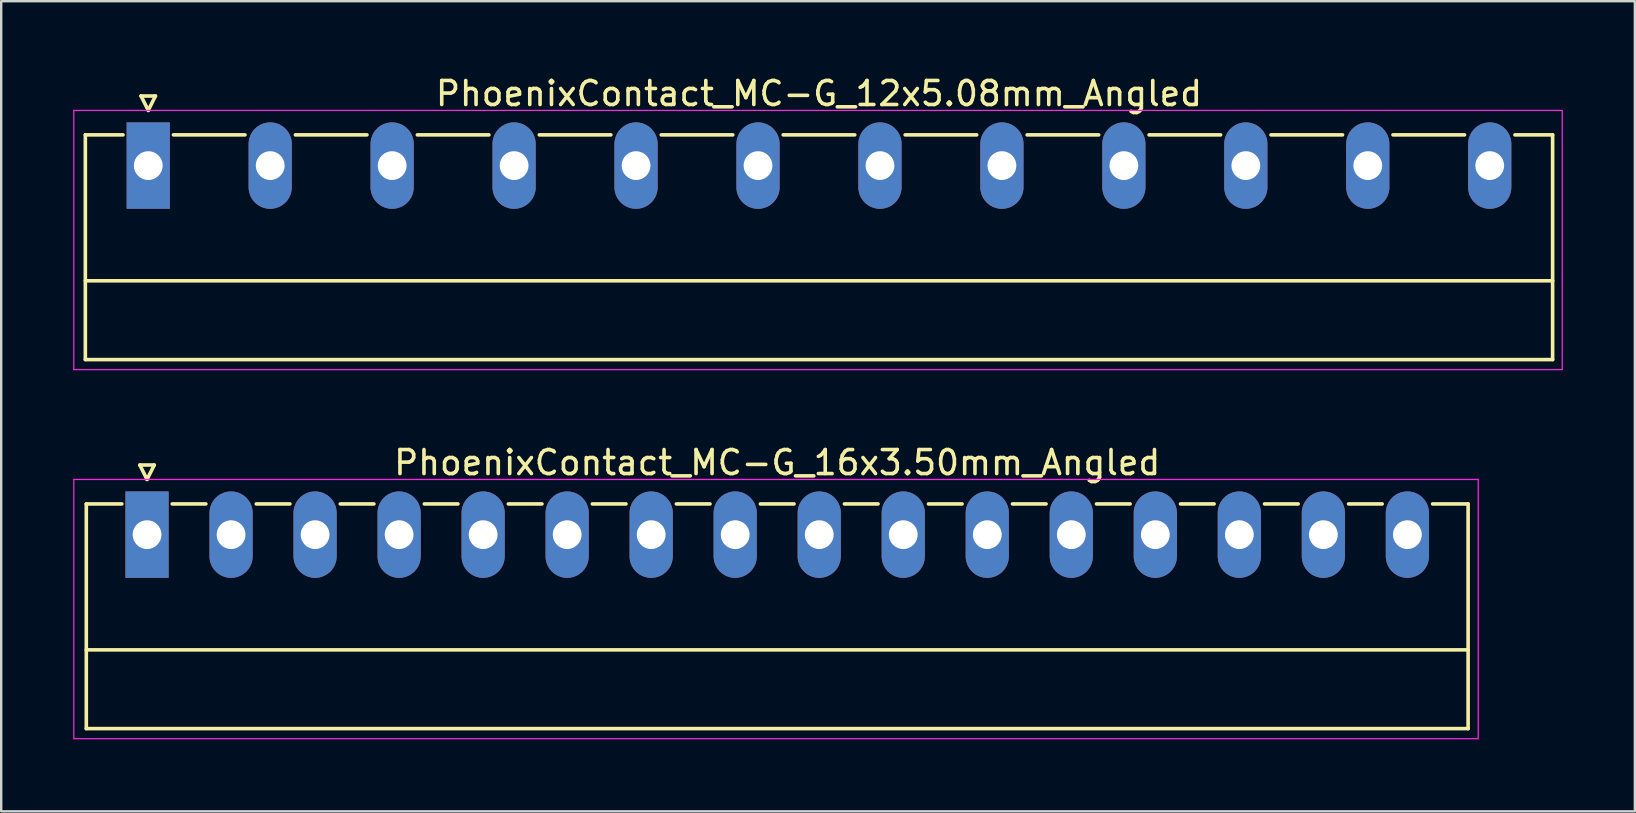
<source format=kicad_pcb>
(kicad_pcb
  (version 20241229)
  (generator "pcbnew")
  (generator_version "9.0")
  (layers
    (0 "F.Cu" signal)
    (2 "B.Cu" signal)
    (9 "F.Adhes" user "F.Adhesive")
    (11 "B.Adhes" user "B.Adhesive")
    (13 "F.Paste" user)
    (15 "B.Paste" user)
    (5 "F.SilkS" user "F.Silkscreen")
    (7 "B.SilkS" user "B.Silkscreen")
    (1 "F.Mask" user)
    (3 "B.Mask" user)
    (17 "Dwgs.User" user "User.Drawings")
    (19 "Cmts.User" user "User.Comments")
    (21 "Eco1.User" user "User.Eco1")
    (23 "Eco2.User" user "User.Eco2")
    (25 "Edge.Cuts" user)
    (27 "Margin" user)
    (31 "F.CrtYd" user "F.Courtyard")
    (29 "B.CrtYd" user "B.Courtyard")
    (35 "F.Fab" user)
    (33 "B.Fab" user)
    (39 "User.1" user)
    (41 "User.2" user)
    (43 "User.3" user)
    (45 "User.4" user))
  (footprint "PhoenixContact_MC-G_12x5.08mm_Angled"
    (layer "F.Cu")
    (at 3.125 3.848)
    (property "Reference" "PhoenixContact_MC-G_12x5.08mm_Angled" (at 27.94 -3 0) (layer "F.SilkS") (effects (font (size 1 1) (thickness 0.15))))
    (attr through_hole)
    (fp_line (start -2.62 -1.28) (end -2.62 8.08) (stroke (width 0.15) (type solid)) (layer "F.SilkS"))
    (fp_line (start -2.62 -1.28) (end -1.05 -1.28) (stroke (width 0.15) (type solid)) (layer "F.SilkS"))
    (fp_line (start -2.62 4.8) (end 58.5 4.8) (stroke (width 0.15) (type solid)) (layer "F.SilkS"))
    (fp_line (start -2.62 8.08) (end 58.5 8.08) (stroke (width 0.15) (type solid)) (layer "F.SilkS"))
    (fp_line (start -0.3 -2.9) (end 0 -2.3) (stroke (width 0.15) (type solid)) (layer "F.SilkS"))
    (fp_line (start 0 -2.3) (end 0.3 -2.9) (stroke (width 0.15) (type solid)) (layer "F.SilkS"))
    (fp_line (start 0.3 -2.9) (end -0.3 -2.9) (stroke (width 0.15) (type solid)) (layer "F.SilkS"))
    (fp_line (start 1.05 -1.28) (end 4.03 -1.28) (stroke (width 0.15) (type solid)) (layer "F.SilkS"))
    (fp_line (start 6.13 -1.28) (end 9.11 -1.28) (stroke (width 0.15) (type solid)) (layer "F.SilkS"))
    (fp_line (start 11.21 -1.28) (end 14.19 -1.28) (stroke (width 0.15) (type solid)) (layer "F.SilkS"))
    (fp_line (start 16.29 -1.28) (end 19.27 -1.28) (stroke (width 0.15) (type solid)) (layer "F.SilkS"))
    (fp_line (start 21.37 -1.28) (end 24.35 -1.28) (stroke (width 0.15) (type solid)) (layer "F.SilkS"))
    (fp_line (start 26.45 -1.28) (end 29.43 -1.28) (stroke (width 0.15) (type solid)) (layer "F.SilkS"))
    (fp_line (start 31.53 -1.28) (end 34.51 -1.28) (stroke (width 0.15) (type solid)) (layer "F.SilkS"))
    (fp_line (start 36.61 -1.28) (end 39.59 -1.28) (stroke (width 0.15) (type solid)) (layer "F.SilkS"))
    (fp_line (start 41.69 -1.28) (end 44.67 -1.28) (stroke (width 0.15) (type solid)) (layer "F.SilkS"))
    (fp_line (start 46.77 -1.28) (end 49.75 -1.28) (stroke (width 0.15) (type solid)) (layer "F.SilkS"))
    (fp_line (start 51.85 -1.28) (end 54.83 -1.28) (stroke (width 0.15) (type solid)) (layer "F.SilkS"))
    (fp_line (start 58.5 -1.28) (end 56.93 -1.28) (stroke (width 0.15) (type solid)) (layer "F.SilkS"))
    (fp_line (start 58.5 8.08) (end 58.5 -1.28) (stroke (width 0.15) (type solid)) (layer "F.SilkS"))
    (fp_line (start -3.1 -2.3) (end -3.1 8.5) (stroke (width 0.05) (type solid)) (layer "F.CrtYd"))
    (fp_line (start -3.1 8.5) (end 58.9 8.5) (stroke (width 0.05) (type solid)) (layer "F.CrtYd"))
    (fp_line (start 58.9 -2.3) (end -3.1 -2.3) (stroke (width 0.05) (type solid)) (layer "F.CrtYd"))
    (fp_line (start 58.9 8.5) (end 58.9 -2.3) (stroke (width 0.05) (type solid)) (layer "F.CrtYd"))
    (pad "1" thru_hole rect (at 0 0) (size 1.8 3.6) (drill 1.2) (layers "*.Cu" "*.Mask"))
    (pad "2" thru_hole oval (at 5.08 0) (size 1.8 3.6) (drill 1.2) (layers "*.Cu" "*.Mask"))
    (pad "3" thru_hole oval (at 10.16 0) (size 1.8 3.6) (drill 1.2) (layers "*.Cu" "*.Mask"))
    (pad "4" thru_hole oval (at 15.24 0) (size 1.8 3.6) (drill 1.2) (layers "*.Cu" "*.Mask"))
    (pad "5" thru_hole oval (at 20.32 0) (size 1.8 3.6) (drill 1.2) (layers "*.Cu" "*.Mask"))
    (pad "6" thru_hole oval (at 25.4 0) (size 1.8 3.6) (drill 1.2) (layers "*.Cu" "*.Mask"))
    (pad "7" thru_hole oval (at 30.48 0) (size 1.8 3.6) (drill 1.2) (layers "*.Cu" "*.Mask"))
    (pad "8" thru_hole oval (at 35.56 0) (size 1.8 3.6) (drill 1.2) (layers "*.Cu" "*.Mask"))
    (pad "9" thru_hole oval (at 40.64 0) (size 1.8 3.6) (drill 1.2) (layers "*.Cu" "*.Mask"))
    (pad "10" thru_hole oval (at 45.72 0) (size 1.8 3.6) (drill 1.2) (layers "*.Cu" "*.Mask"))
    (pad "11" thru_hole oval (at 50.8 0) (size 1.8 3.6) (drill 1.2) (layers "*.Cu" "*.Mask"))
    (pad "12" thru_hole oval (at 55.88 0) (size 1.8 3.6) (drill 1.2) (layers "*.Cu" "*.Mask")))
  (footprint "PhoenixContact_MC-G_16x3.50mm_Angled"
    (layer "F.Cu")
    (at 3.075 19.221)
    (property "Reference" "PhoenixContact_MC-G_16x3.50mm_Angled" (at 26.25 -3 0) (layer "F.SilkS") (effects (font (size 1 1) (thickness 0.15))))
    (attr through_hole)
    (fp_line (start -2.53 -1.28) (end -2.53 8.08) (stroke (width 0.15) (type solid)) (layer "F.SilkS"))
    (fp_line (start -2.53 -1.28) (end -1.05 -1.28) (stroke (width 0.15) (type solid)) (layer "F.SilkS"))
    (fp_line (start -2.53 4.8) (end 55.03 4.8) (stroke (width 0.15) (type solid)) (layer "F.SilkS"))
    (fp_line (start -2.53 8.08) (end 55.03 8.08) (stroke (width 0.15) (type solid)) (layer "F.SilkS"))
    (fp_line (start -0.3 -2.9) (end 0 -2.3) (stroke (width 0.15) (type solid)) (layer "F.SilkS"))
    (fp_line (start 0 -2.3) (end 0.3 -2.9) (stroke (width 0.15) (type solid)) (layer "F.SilkS"))
    (fp_line (start 0.3 -2.9) (end -0.3 -2.9) (stroke (width 0.15) (type solid)) (layer "F.SilkS"))
    (fp_line (start 1.05 -1.28) (end 2.45 -1.28) (stroke (width 0.15) (type solid)) (layer "F.SilkS"))
    (fp_line (start 4.55 -1.28) (end 5.95 -1.28) (stroke (width 0.15) (type solid)) (layer "F.SilkS"))
    (fp_line (start 8.05 -1.28) (end 9.45 -1.28) (stroke (width 0.15) (type solid)) (layer "F.SilkS"))
    (fp_line (start 11.55 -1.28) (end 12.95 -1.28) (stroke (width 0.15) (type solid)) (layer "F.SilkS"))
    (fp_line (start 15.05 -1.28) (end 16.45 -1.28) (stroke (width 0.15) (type solid)) (layer "F.SilkS"))
    (fp_line (start 18.55 -1.28) (end 19.95 -1.28) (stroke (width 0.15) (type solid)) (layer "F.SilkS"))
    (fp_line (start 22.05 -1.28) (end 23.45 -1.28) (stroke (width 0.15) (type solid)) (layer "F.SilkS"))
    (fp_line (start 25.55 -1.28) (end 26.95 -1.28) (stroke (width 0.15) (type solid)) (layer "F.SilkS"))
    (fp_line (start 29.05 -1.28) (end 30.45 -1.28) (stroke (width 0.15) (type solid)) (layer "F.SilkS"))
    (fp_line (start 32.55 -1.28) (end 33.95 -1.28) (stroke (width 0.15) (type solid)) (layer "F.SilkS"))
    (fp_line (start 36.05 -1.28) (end 37.45 -1.28) (stroke (width 0.15) (type solid)) (layer "F.SilkS"))
    (fp_line (start 39.55 -1.28) (end 40.95 -1.28) (stroke (width 0.15) (type solid)) (layer "F.SilkS"))
    (fp_line (start 43.05 -1.28) (end 44.45 -1.28) (stroke (width 0.15) (type solid)) (layer "F.SilkS"))
    (fp_line (start 46.55 -1.28) (end 47.95 -1.28) (stroke (width 0.15) (type solid)) (layer "F.SilkS"))
    (fp_line (start 50.05 -1.28) (end 51.45 -1.28) (stroke (width 0.15) (type solid)) (layer "F.SilkS"))
    (fp_line (start 55.03 -1.28) (end 53.55 -1.28) (stroke (width 0.15) (type solid)) (layer "F.SilkS"))
    (fp_line (start 55.03 8.08) (end 55.03 -1.28) (stroke (width 0.15) (type solid)) (layer "F.SilkS"))
    (fp_line (start -3.05 -2.3) (end -3.05 8.5) (stroke (width 0.05) (type solid)) (layer "F.CrtYd"))
    (fp_line (start -3.05 8.5) (end 55.45 8.5) (stroke (width 0.05) (type solid)) (layer "F.CrtYd"))
    (fp_line (start 55.45 -2.3) (end -3.05 -2.3) (stroke (width 0.05) (type solid)) (layer "F.CrtYd"))
    (fp_line (start 55.45 8.5) (end 55.45 -2.3) (stroke (width 0.05) (type solid)) (layer "F.CrtYd"))
    (pad "1" thru_hole rect (at 0 0) (size 1.8 3.6) (drill 1.2) (layers "*.Cu" "*.Mask"))
    (pad "2" thru_hole oval (at 3.5 0) (size 1.8 3.6) (drill 1.2) (layers "*.Cu" "*.Mask"))
    (pad "3" thru_hole oval (at 7 0) (size 1.8 3.6) (drill 1.2) (layers "*.Cu" "*.Mask"))
    (pad "4" thru_hole oval (at 10.5 0) (size 1.8 3.6) (drill 1.2) (layers "*.Cu" "*.Mask"))
    (pad "5" thru_hole oval (at 14 0) (size 1.8 3.6) (drill 1.2) (layers "*.Cu" "*.Mask"))
    (pad "6" thru_hole oval (at 17.5 0) (size 1.8 3.6) (drill 1.2) (layers "*.Cu" "*.Mask"))
    (pad "7" thru_hole oval (at 21 0) (size 1.8 3.6) (drill 1.2) (layers "*.Cu" "*.Mask"))
    (pad "8" thru_hole oval (at 24.5 0) (size 1.8 3.6) (drill 1.2) (layers "*.Cu" "*.Mask"))
    (pad "9" thru_hole oval (at 28 0) (size 1.8 3.6) (drill 1.2) (layers "*.Cu" "*.Mask"))
    (pad "10" thru_hole oval (at 31.5 0) (size 1.8 3.6) (drill 1.2) (layers "*.Cu" "*.Mask"))
    (pad "11" thru_hole oval (at 35 0) (size 1.8 3.6) (drill 1.2) (layers "*.Cu" "*.Mask"))
    (pad "12" thru_hole oval (at 38.5 0) (size 1.8 3.6) (drill 1.2) (layers "*.Cu" "*.Mask"))
    (pad "13" thru_hole oval (at 42 0) (size 1.8 3.6) (drill 1.2) (layers "*.Cu" "*.Mask"))
    (pad "14" thru_hole oval (at 45.5 0) (size 1.8 3.6) (drill 1.2) (layers "*.Cu" "*.Mask"))
    (pad "15" thru_hole oval (at 49 0) (size 1.8 3.6) (drill 1.2) (layers "*.Cu" "*.Mask"))
    (pad "16" thru_hole oval (at 52.5 0) (size 1.8 3.6) (drill 1.2) (layers "*.Cu" "*.Mask")))
  (gr_rect
    (start -3 -3)
    (end 65.05 30.747)
    (stroke (width 0.1) (type default))
    (fill no)
    (layer "Edge.Cuts")))
</source>
